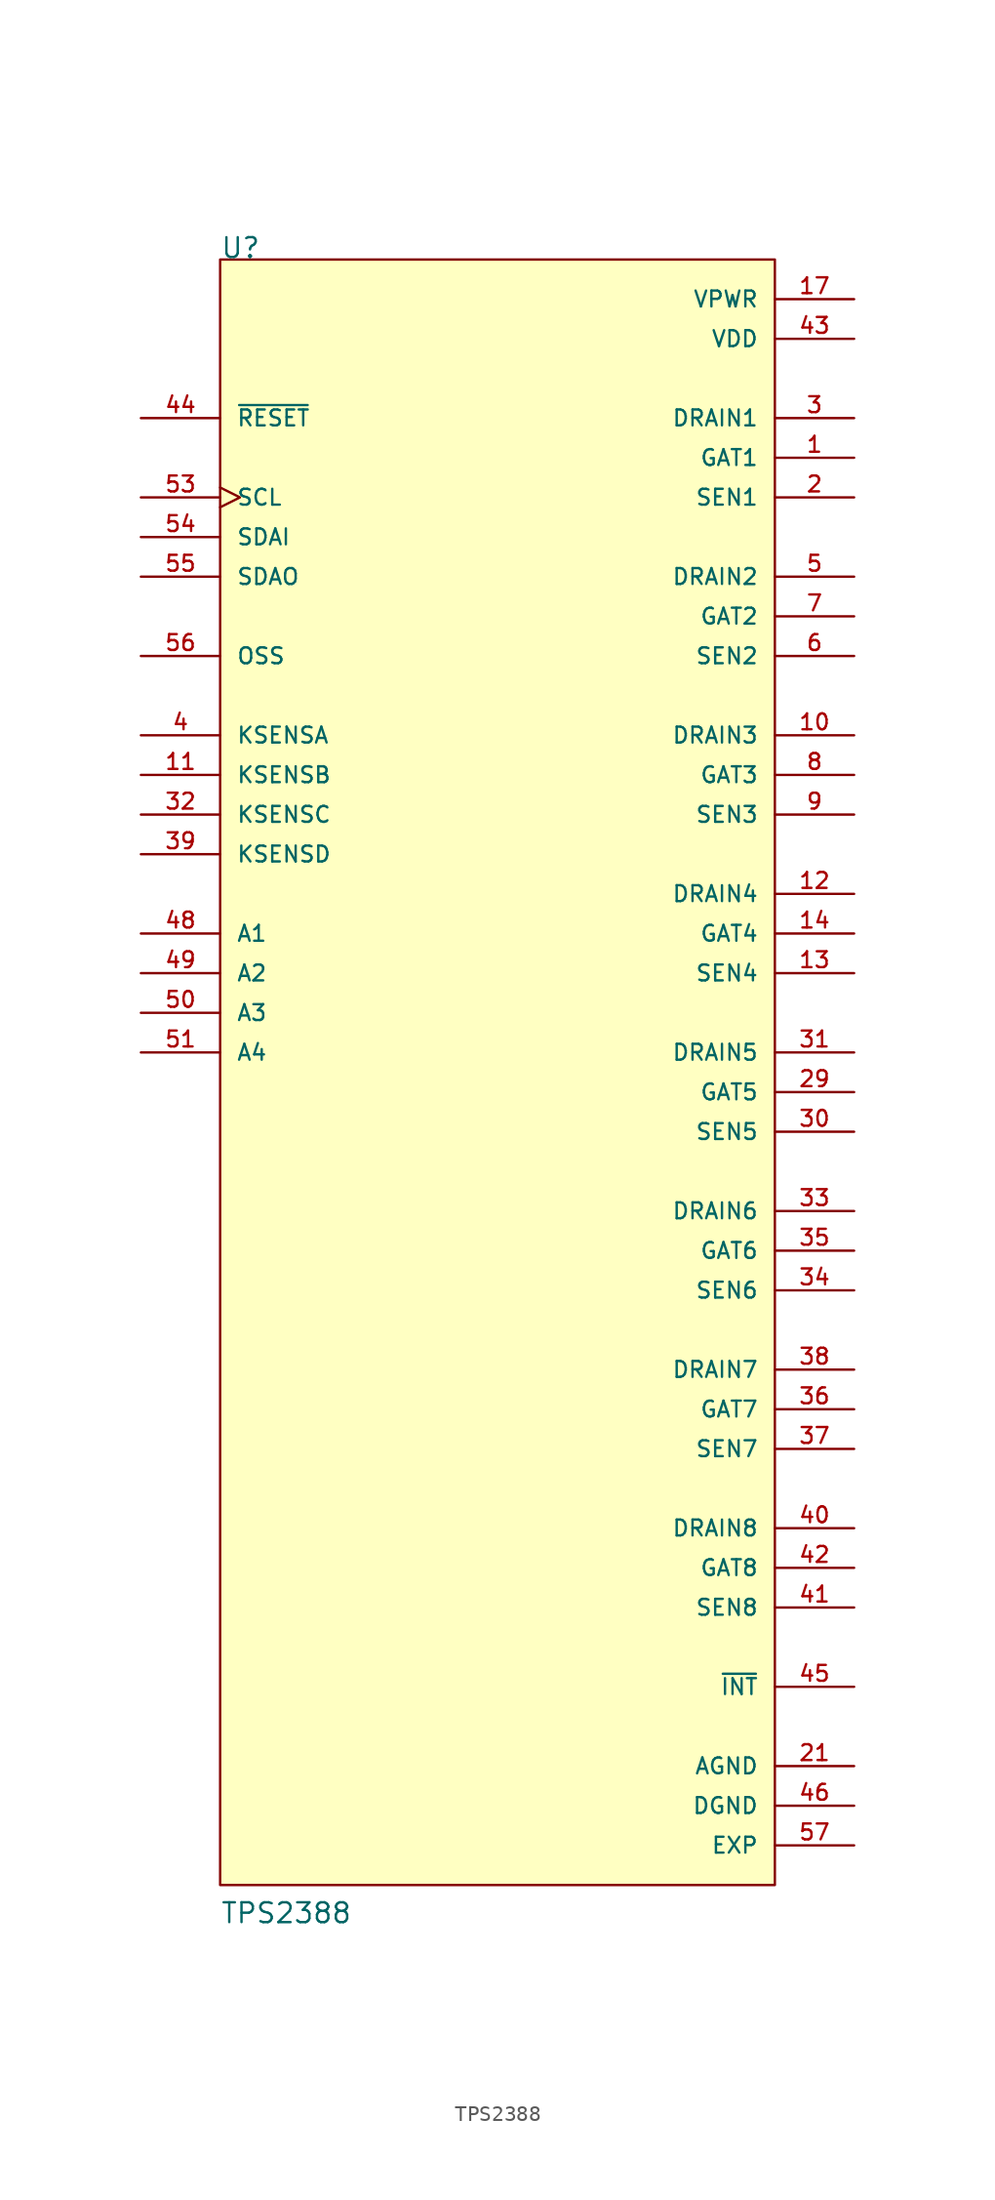
<source format=kicad_sym>
(kicad_symbol_lib
  (version 20211014)
  (generator kicad_symbol_editor)
  (symbol "TPS2388"
    (pin_names
      (offset 1.016))
    (property "Reference" "U"
      (at -17.78 53.34 0)
      (effects (font (size 1.27 1.27)) (justify left bottom)))
    (property "Value" "TPS2388"
      (at -17.78 -53.34 0)
      (effects (font (size 1.27 1.27)) (justify left bottom)))
    (symbol "TPS2388_0_0"
      (rectangle (start -17.78 -50.8) (end 17.78 53.34) (stroke (width 0.152) (type default) (color 0 0 0 0)) (fill (type background)))
      (pin output line (at 22.86 40.64 180) (length 5.08) (name "GAT1" (effects (font (size 1.016 1.016)))) (number "1" (effects (font (size 1.016 1.016)))))
      (pin input line (at 22.86 22.86 180) (length 5.08) (name "DRAIN3" (effects (font (size 1.016 1.016)))) (number "10" (effects (font (size 1.016 1.016)))))
      (pin input line (at -22.86 20.32 0) (length 5.08) (name "KSENSB" (effects (font (size 1.016 1.016)))) (number "11" (effects (font (size 1.016 1.016)))))
      (pin input line (at 22.86 12.7 180) (length 5.08) (name "DRAIN4" (effects (font (size 1.016 1.016)))) (number "12" (effects (font (size 1.016 1.016)))))
      (pin input line (at 22.86 7.62 180) (length 5.08) (name "SEN4" (effects (font (size 1.016 1.016)))) (number "13" (effects (font (size 1.016 1.016)))))
      (pin output line (at 22.86 10.16 180) (length 5.08) (name "GAT4" (effects (font (size 1.016 1.016)))) (number "14" (effects (font (size 1.016 1.016)))))
      (pin power_in line (at 22.86 50.8 180) (length 5.08) (name "VPWR" (effects (font (size 1.016 1.016)))) (number "17" (effects (font (size 1.016 1.016)))))
      (pin input line (at 22.86 38.1 180) (length 5.08) (name "SEN1" (effects (font (size 1.016 1.016)))) (number "2" (effects (font (size 1.016 1.016)))))
      (pin power_in line (at 22.86 -43.18 180) (length 5.08) (name "AGND" (effects (font (size 1.016 1.016)))) (number "21" (effects (font (size 1.016 1.016)))))
      (pin output line (at 22.86 0 180) (length 5.08) (name "GAT5" (effects (font (size 1.016 1.016)))) (number "29" (effects (font (size 1.016 1.016)))))
      (pin input line (at 22.86 43.18 180) (length 5.08) (name "DRAIN1" (effects (font (size 1.016 1.016)))) (number "3" (effects (font (size 1.016 1.016)))))
      (pin input line (at 22.86 -2.54 180) (length 5.08) (name "SEN5" (effects (font (size 1.016 1.016)))) (number "30" (effects (font (size 1.016 1.016)))))
      (pin input line (at 22.86 2.54 180) (length 5.08) (name "DRAIN5" (effects (font (size 1.016 1.016)))) (number "31" (effects (font (size 1.016 1.016)))))
      (pin input line (at -22.86 17.78 0) (length 5.08) (name "KSENSC" (effects (font (size 1.016 1.016)))) (number "32" (effects (font (size 1.016 1.016)))))
      (pin input line (at 22.86 -7.62 180) (length 5.08) (name "DRAIN6" (effects (font (size 1.016 1.016)))) (number "33" (effects (font (size 1.016 1.016)))))
      (pin input line (at 22.86 -12.7 180) (length 5.08) (name "SEN6" (effects (font (size 1.016 1.016)))) (number "34" (effects (font (size 1.016 1.016)))))
      (pin output line (at 22.86 -10.16 180) (length 5.08) (name "GAT6" (effects (font (size 1.016 1.016)))) (number "35" (effects (font (size 1.016 1.016)))))
      (pin output line (at 22.86 -20.32 180) (length 5.08) (name "GAT7" (effects (font (size 1.016 1.016)))) (number "36" (effects (font (size 1.016 1.016)))))
      (pin input line (at 22.86 -22.86 180) (length 5.08) (name "SEN7" (effects (font (size 1.016 1.016)))) (number "37" (effects (font (size 1.016 1.016)))))
      (pin input line (at 22.86 -17.78 180) (length 5.08) (name "DRAIN7" (effects (font (size 1.016 1.016)))) (number "38" (effects (font (size 1.016 1.016)))))
      (pin input line (at -22.86 15.24 0) (length 5.08) (name "KSENSD" (effects (font (size 1.016 1.016)))) (number "39" (effects (font (size 1.016 1.016)))))
      (pin input line (at -22.86 22.86 0) (length 5.08) (name "KSENSA" (effects (font (size 1.016 1.016)))) (number "4" (effects (font (size 1.016 1.016)))))
      (pin input line (at 22.86 -27.94 180) (length 5.08) (name "DRAIN8" (effects (font (size 1.016 1.016)))) (number "40" (effects (font (size 1.016 1.016)))))
      (pin input line (at 22.86 -33.02 180) (length 5.08) (name "SEN8" (effects (font (size 1.016 1.016)))) (number "41" (effects (font (size 1.016 1.016)))))
      (pin output line (at 22.86 -30.48 180) (length 5.08) (name "GAT8" (effects (font (size 1.016 1.016)))) (number "42" (effects (font (size 1.016 1.016)))))
      (pin power_in line (at 22.86 48.26 180) (length 5.08) (name "VDD" (effects (font (size 1.016 1.016)))) (number "43" (effects (font (size 1.016 1.016)))))
      (pin input line (at -22.86 43.18 0) (length 5.08) (name "~{RESET}" (effects (font (size 1.016 1.016)))) (number "44" (effects (font (size 1.016 1.016)))))
      (pin output line (at 22.86 -38.1 180) (length 5.08) (name "~{INT}" (effects (font (size 1.016 1.016)))) (number "45" (effects (font (size 1.016 1.016)))))
      (pin power_in line (at 22.86 -45.72 180) (length 5.08) (name "DGND" (effects (font (size 1.016 1.016)))) (number "46" (effects (font (size 1.016 1.016)))))
      (pin input line (at -22.86 10.16 0) (length 5.08) (name "A1" (effects (font (size 1.016 1.016)))) (number "48" (effects (font (size 1.016 1.016)))))
      (pin input line (at -22.86 7.62 0) (length 5.08) (name "A2" (effects (font (size 1.016 1.016)))) (number "49" (effects (font (size 1.016 1.016)))))
      (pin input line (at 22.86 33.02 180) (length 5.08) (name "DRAIN2" (effects (font (size 1.016 1.016)))) (number "5" (effects (font (size 1.016 1.016)))))
      (pin input line (at -22.86 5.08 0) (length 5.08) (name "A3" (effects (font (size 1.016 1.016)))) (number "50" (effects (font (size 1.016 1.016)))))
      (pin input line (at -22.86 2.54 0) (length 5.08) (name "A4" (effects (font (size 1.016 1.016)))) (number "51" (effects (font (size 1.016 1.016)))))
      (pin input clock (at -22.86 38.1 0) (length 5.08) (name "SCL" (effects (font (size 1.016 1.016)))) (number "53" (effects (font (size 1.016 1.016)))))
      (pin input line (at -22.86 35.56 0) (length 5.08) (name "SDAI" (effects (font (size 1.016 1.016)))) (number "54" (effects (font (size 1.016 1.016)))))
      (pin output line (at -22.86 33.02 0) (length 5.08) (name "SDAO" (effects (font (size 1.016 1.016)))) (number "55" (effects (font (size 1.016 1.016)))))
      (pin input line (at -22.86 27.94 0) (length 5.08) (name "OSS" (effects (font (size 1.016 1.016)))) (number "56" (effects (font (size 1.016 1.016)))))
      (pin power_in line (at 22.86 -48.26 180) (length 5.08) (name "EXP" (effects (font (size 1.016 1.016)))) (number "57" (effects (font (size 1.016 1.016)))))
      (pin input line (at 22.86 27.94 180) (length 5.08) (name "SEN2" (effects (font (size 1.016 1.016)))) (number "6" (effects (font (size 1.016 1.016)))))
      (pin output line (at 22.86 30.48 180) (length 5.08) (name "GAT2" (effects (font (size 1.016 1.016)))) (number "7" (effects (font (size 1.016 1.016)))))
      (pin output line (at 22.86 20.32 180) (length 5.08) (name "GAT3" (effects (font (size 1.016 1.016)))) (number "8" (effects (font (size 1.016 1.016)))))
      (pin input line (at 22.86 17.78 180) (length 5.08) (name "SEN3" (effects (font (size 1.016 1.016)))) (number "9" (effects (font (size 1.016 1.016))))))))
</source>
